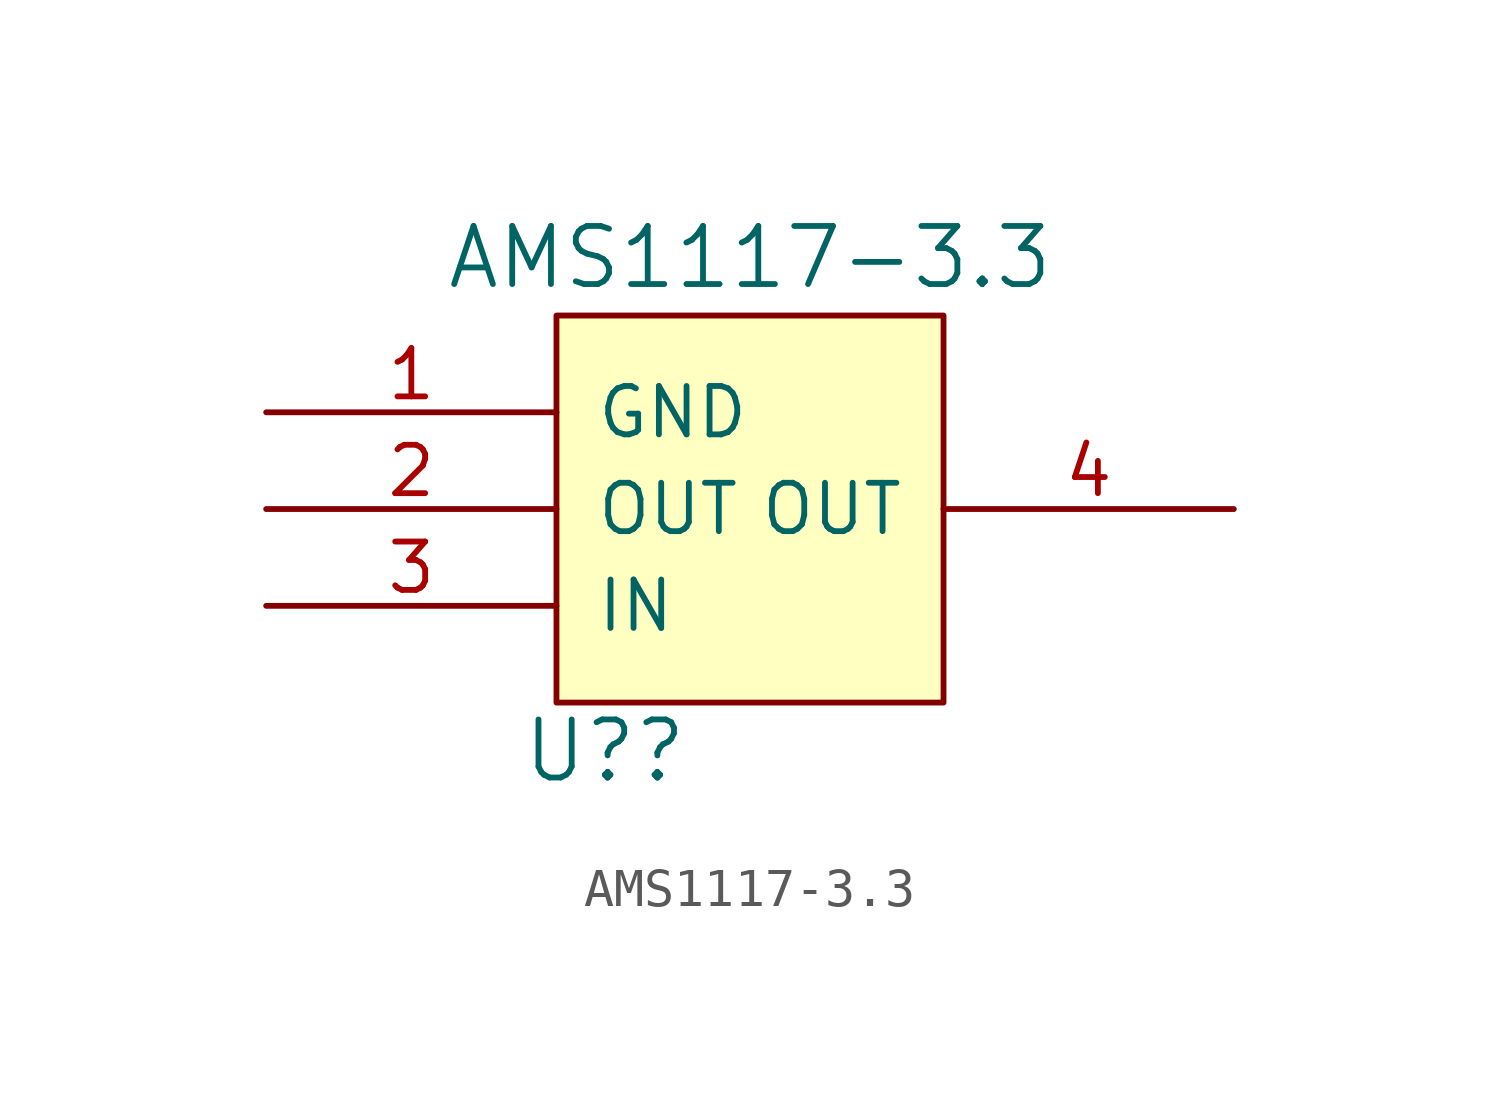
<source format=kicad_sym>
(kicad_symbol_lib
  (version 20211014)
  (generator kicad_symbol_editor)
  (symbol "AMS1117-3.3"
    (pin_names
      (offset 1.016))
    (property "Reference" "U?"
      (at -3.81 -6.35 0)
      (effects (font (size 1.524 1.524))))
    (property "Value" "AMS1117-3.3"
      (at 0 6.604 0)
      (effects (font (size 1.524 1.524))))
    (symbol "AMS1117-3.3_0_1"
      (rectangle (start -5.08 5.08) (end 5.08 -5.08) (stroke (width 0) (type default) (color 0 0 0 0)) (fill (type background))))
    (symbol "AMS1117-3.3_1_1"
      (pin passive line (at -12.7 2.54 0) (length 7.62) (name "GND" (effects (font (size 1.27 1.27)))) (number "1" (effects (font (size 1.27 1.27)))))
      (pin passive line (at -12.7 0 0) (length 7.62) (name "OUT" (effects (font (size 1.27 1.27)))) (number "2" (effects (font (size 1.27 1.27)))))
      (pin passive line (at -12.7 -2.54 0) (length 7.62) (name "IN" (effects (font (size 1.27 1.27)))) (number "3" (effects (font (size 1.27 1.27)))))
      (pin passive line (at 12.7 0 180) (length 7.62) (name "OUT" (effects (font (size 1.27 1.27)))) (number "4" (effects (font (size 1.27 1.27))))))))
</source>
